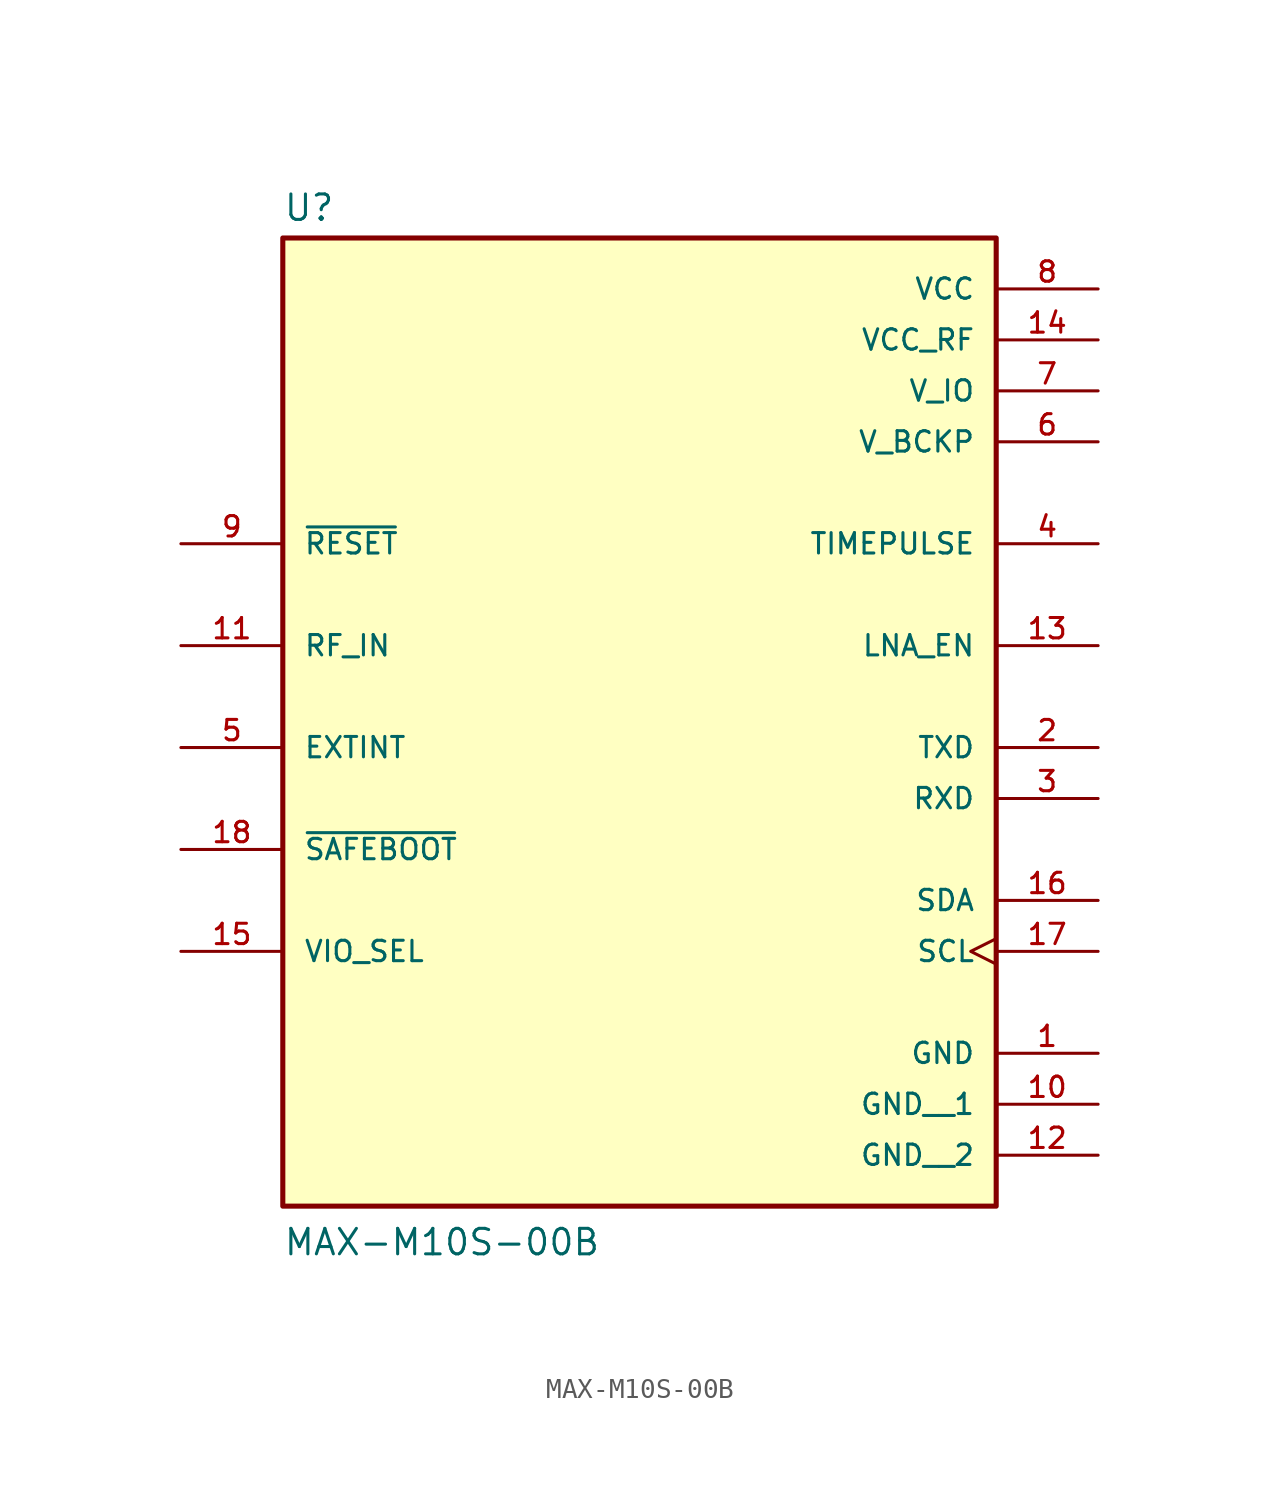
<source format=kicad_sym>
(kicad_symbol_lib
  (version 20211014)
  (generator kicad_symbol_editor)
  (symbol "MAX-M10S-00B"
    (pin_names
      (offset 1.016))
    (property "Reference" "U"
      (at -17.78 21.082 0)
      (effects (font (size 1.27 1.27)) (justify bottom left)))
    (property "Value" "MAX-M10S-00B"
      (at -17.78 -30.48 0)
      (effects (font (size 1.27 1.27)) (justify bottom left)))
    (symbol "MAX-M10S-00B_0_0"
      (rectangle (start -17.78 -27.94) (end 17.78 20.32) (stroke (width 0.254)) (fill (type background)))
      (pin power_in line (at 22.86 -20.32 180.0) (length 5.08) (name "GND" (effects (font (size 1.016 1.016)))) (number "1" (effects (font (size 1.016 1.016)))))
      (pin output line (at 22.86 -5.08 180.0) (length 5.08) (name "TXD" (effects (font (size 1.016 1.016)))) (number "2" (effects (font (size 1.016 1.016)))))
      (pin input line (at 22.86 -7.62 180.0) (length 5.08) (name "RXD" (effects (font (size 1.016 1.016)))) (number "3" (effects (font (size 1.016 1.016)))))
      (pin output line (at 22.86 5.08 180.0) (length 5.08) (name "TIMEPULSE" (effects (font (size 1.016 1.016)))) (number "4" (effects (font (size 1.016 1.016)))))
      (pin input line (at -22.86 -5.08 0) (length 5.08) (name "EXTINT" (effects (font (size 1.016 1.016)))) (number "5" (effects (font (size 1.016 1.016)))))
      (pin power_in line (at 22.86 10.16 180.0) (length 5.08) (name "V_BCKP" (effects (font (size 1.016 1.016)))) (number "6" (effects (font (size 1.016 1.016)))))
      (pin power_in line (at 22.86 12.7 180.0) (length 5.08) (name "V_IO" (effects (font (size 1.016 1.016)))) (number "7" (effects (font (size 1.016 1.016)))))
      (pin power_in line (at 22.86 17.78 180.0) (length 5.08) (name "VCC" (effects (font (size 1.016 1.016)))) (number "8" (effects (font (size 1.016 1.016)))))
      (pin input line (at -22.86 5.08 0) (length 5.08) (name "~{RESET}" (effects (font (size 1.016 1.016)))) (number "9" (effects (font (size 1.016 1.016)))))
      (pin input line (at -22.86 0.0 0) (length 5.08) (name "RF_IN" (effects (font (size 1.016 1.016)))) (number "11" (effects (font (size 1.016 1.016)))))
      (pin output line (at 22.86 0.0 180.0) (length 5.08) (name "LNA_EN" (effects (font (size 1.016 1.016)))) (number "13" (effects (font (size 1.016 1.016)))))
      (pin power_in line (at 22.86 15.24 180.0) (length 5.08) (name "VCC_RF" (effects (font (size 1.016 1.016)))) (number "14" (effects (font (size 1.016 1.016)))))
      (pin input line (at -22.86 -15.24 0) (length 5.08) (name "VIO_SEL" (effects (font (size 1.016 1.016)))) (number "15" (effects (font (size 1.016 1.016)))))
      (pin bidirectional line (at 22.86 -12.7 180.0) (length 5.08) (name "SDA" (effects (font (size 1.016 1.016)))) (number "16" (effects (font (size 1.016 1.016)))))
      (pin input clock (at 22.86 -15.24 180.0) (length 5.08) (name "SCL" (effects (font (size 1.016 1.016)))) (number "17" (effects (font (size 1.016 1.016)))))
      (pin input line (at -22.86 -10.16 0) (length 5.08) (name "~{SAFEBOOT}" (effects (font (size 1.016 1.016)))) (number "18" (effects (font (size 1.016 1.016)))))
      (pin power_in line (at 22.86 -22.86 180.0) (length 5.08) (name "GND__1" (effects (font (size 1.016 1.016)))) (number "10" (effects (font (size 1.016 1.016)))))
      (pin power_in line (at 22.86 -25.4 180.0) (length 5.08) (name "GND__2" (effects (font (size 1.016 1.016)))) (number "12" (effects (font (size 1.016 1.016))))))))
</source>
